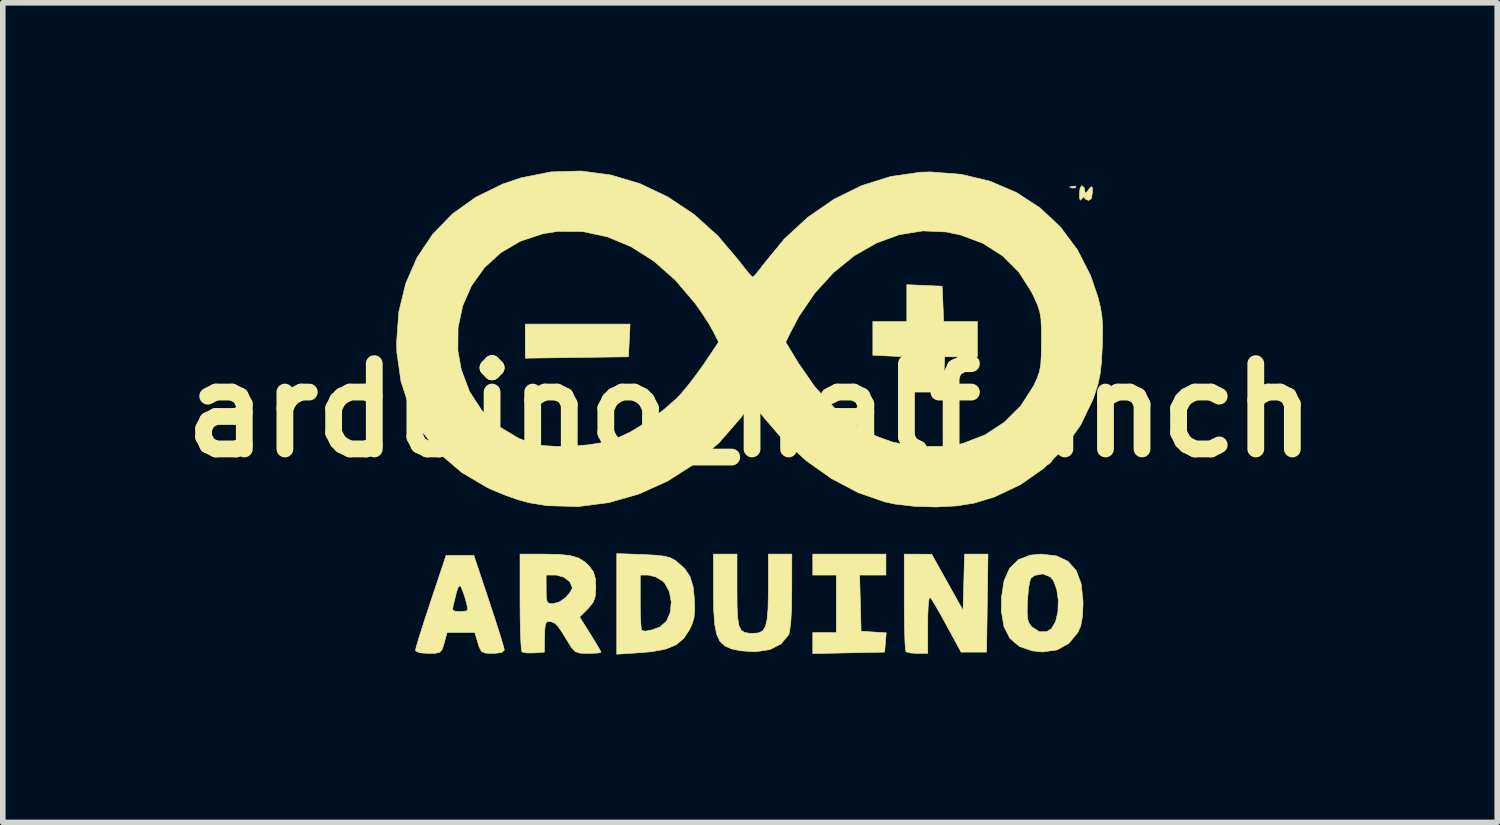
<source format=kicad_pcb>
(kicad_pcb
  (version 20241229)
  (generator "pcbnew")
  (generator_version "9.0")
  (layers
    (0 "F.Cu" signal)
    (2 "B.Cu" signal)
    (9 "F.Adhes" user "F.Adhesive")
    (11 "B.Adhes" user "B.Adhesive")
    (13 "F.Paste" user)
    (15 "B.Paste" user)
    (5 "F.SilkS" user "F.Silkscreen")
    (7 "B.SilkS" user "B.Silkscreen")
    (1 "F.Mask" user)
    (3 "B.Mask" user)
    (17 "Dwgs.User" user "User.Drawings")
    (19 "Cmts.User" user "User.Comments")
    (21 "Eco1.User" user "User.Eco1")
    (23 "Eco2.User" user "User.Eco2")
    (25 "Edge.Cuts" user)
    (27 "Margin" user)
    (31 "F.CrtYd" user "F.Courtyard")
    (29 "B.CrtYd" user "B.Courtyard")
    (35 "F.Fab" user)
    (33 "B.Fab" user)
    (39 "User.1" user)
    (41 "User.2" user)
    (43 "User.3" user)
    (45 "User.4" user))
  (footprint "arduino_half_inch"
    (layer "F.Cu")
    (at 10.349 4.281)
    (property "Reference" "arduino_half_inch" (at 0 0 0) (layer "F.SilkS") (effects (font (size 1.524 1.524) (thickness 0.3))))
    (attr through_hole)
    (fp_poly (pts (xy -2.157 -1.249) (xy -2.171 -0.957) (xy -3.093 -0.945) (xy -4.015 -0.932) (xy -4.015 -1.541) (xy -2.143 -1.541) (xy -2.157 -1.249)) (stroke (width 0.01) (type solid)) (fill yes) (layer "F.SilkS"))
    (fp_poly (pts (xy 5.824 -3.997) (xy 5.81 -3.976) (xy 5.762 -3.972) (xy 5.713 -3.984) (xy 5.734 -4.001) (xy 5.807 -4.006) (xy 5.824 -3.997)) (stroke (width 0.01) (type solid)) (fill yes) (layer "F.SilkS"))
    (fp_poly (pts (xy 2.428 2.942) (xy 1.958 2.942) (xy 1.971 3.443) (xy 1.984 3.945) (xy 2.209 3.96) (xy 2.433 3.974) (xy 2.419 4.147) (xy 2.405 4.319) (xy 1.763 4.332) (xy 1.121 4.345) (xy 1.121 3.969) (xy 1.541 3.969) (xy 1.541 2.942) (xy 1.121 2.942) (xy 1.121 2.568) (xy 2.428 2.568) (xy 2.428 2.942)) (stroke (width 0.01) (type solid)) (fill yes) (layer "F.SilkS"))
    (fp_poly (pts (xy 3.117 -2.232) (xy 3.432 -2.218) (xy 3.446 -1.903) (xy 3.459 -1.587) (xy 4.062 -1.587) (xy 4.062 -1.272) (xy 4.062 -0.957) (xy 3.478 -0.957) (xy 3.465 -0.642) (xy 3.451 -0.327) (xy 2.806 -0.327) (xy 2.792 -0.642) (xy 2.778 -0.957) (xy 2.194 -0.985) (xy 2.194 -1.587) (xy 2.801 -1.587) (xy 2.801 -2.245) (xy 3.117 -2.232)) (stroke (width 0.01) (type solid)) (fill yes) (layer "F.SilkS"))
    (fp_poly (pts (xy 5.97 -3.977) (xy 5.978 -3.934) (xy 5.985 -3.881) (xy 6.017 -3.903) (xy 6.048 -3.943) (xy 6.096 -3.998) (xy 6.114 -3.981) (xy 6.117 -3.892) (xy 6.096 -3.78) (xy 6.047 -3.751) (xy 5.984 -3.778) (xy 5.976 -3.801) (xy 5.956 -3.813) (xy 5.93 -3.782) (xy 5.899 -3.755) (xy 5.885 -3.807) (xy 5.884 -3.864) (xy 5.896 -3.967) (xy 5.926 -4.015) (xy 5.93 -4.015) (xy 5.97 -3.977)) (stroke (width 0.01) (type solid)) (fill yes) (layer "F.SilkS"))
    (fp_poly (pts (xy 4.226 4.319) (xy 3.771 4.319) (xy 3.517 3.852) (xy 3.412 3.661) (xy 3.32 3.5) (xy 3.251 3.386) (xy 3.219 3.341) (xy 3.199 3.363) (xy 3.184 3.472) (xy 3.176 3.661) (xy 3.175 3.819) (xy 3.175 4.342) (xy 2.996 4.342) (xy 2.873 4.335) (xy 2.794 4.316) (xy 2.786 4.311) (xy 2.776 4.257) (xy 2.767 4.124) (xy 2.761 3.929) (xy 2.756 3.686) (xy 2.755 3.424) (xy 2.755 2.568) (xy 3 2.569) (xy 3.245 2.57) (xy 3.805 3.572) (xy 3.819 3.07) (xy 3.832 2.568) (xy 4.251 2.568) (xy 4.226 4.319)) (stroke (width 0.01) (type solid)) (fill yes) (layer "F.SilkS"))
    (fp_poly (pts (xy -0.233 3.216) (xy -0.231 3.5) (xy -0.221 3.705) (xy -0.199 3.842) (xy -0.159 3.925) (xy -0.096 3.968) (xy -0.006 3.983) (xy 0.056 3.984) (xy 0.155 3.975) (xy 0.228 3.938) (xy 0.276 3.86) (xy 0.306 3.73) (xy 0.322 3.535) (xy 0.327 3.262) (xy 0.327 3.189) (xy 0.327 2.568) (xy 0.747 2.568) (xy 0.746 3.233) (xy 0.741 3.561) (xy 0.727 3.805) (xy 0.704 3.963) (xy 0.688 4.011) (xy 0.555 4.171) (xy 0.356 4.273) (xy 0.101 4.313) (xy -0.163 4.296) (xy -0.327 4.262) (xy -0.449 4.21) (xy -0.537 4.127) (xy -0.596 4.001) (xy -0.632 3.819) (xy -0.649 3.57) (xy -0.654 3.241) (xy -0.654 3.215) (xy -0.654 2.568) (xy -0.233 2.568) (xy -0.233 3.216)) (stroke (width 0.01) (type solid)) (fill yes) (layer "F.SilkS"))
    (fp_poly (pts (xy -1.918 2.575) (xy -1.688 2.587) (xy -1.53 2.605) (xy -1.421 2.634) (xy -1.339 2.678) (xy -1.325 2.688) (xy -1.169 2.825) (xy -1.071 2.971) (xy -1.016 3.156) (xy -0.994 3.37) (xy -0.988 3.567) (xy -1.001 3.708) (xy -1.039 3.829) (xy -1.082 3.919) (xy -1.186 4.076) (xy -1.32 4.188) (xy -1.501 4.263) (xy -1.745 4.31) (xy -1.958 4.329) (xy -2.381 4.356) (xy -2.381 2.942) (xy -1.961 2.942) (xy -1.961 3.424) (xy -1.959 3.627) (xy -1.952 3.793) (xy -1.943 3.902) (xy -1.935 3.933) (xy -1.867 3.944) (xy -1.749 3.921) (xy -1.612 3.87) (xy -1.602 3.865) (xy -1.49 3.764) (xy -1.425 3.609) (xy -1.407 3.426) (xy -1.439 3.245) (xy -1.521 3.091) (xy -1.564 3.047) (xy -1.69 2.973) (xy -1.823 2.942) (xy -1.824 2.942) (xy -1.961 2.942) (xy -2.381 2.942) (xy -2.381 2.559) (xy -1.918 2.575)) (stroke (width 0.01) (type solid)) (fill yes) (layer "F.SilkS"))
    (fp_poly (pts (xy 5.475 2.6) (xy 5.681 2.697) (xy 5.828 2.863) (xy 5.916 3.099) (xy 5.948 3.409) (xy 5.949 3.46) (xy 5.938 3.688) (xy 5.908 3.851) (xy 5.856 3.969) (xy 5.694 4.164) (xy 5.483 4.28) (xy 5.226 4.316) (xy 5.043 4.297) (xy 4.812 4.218) (xy 4.644 4.075) (xy 4.537 3.865) (xy 4.492 3.597) (xy 4.951 3.597) (xy 4.958 3.719) (xy 4.982 3.799) (xy 5.028 3.861) (xy 5.038 3.871) (xy 5.171 3.955) (xy 5.302 3.953) (xy 5.388 3.897) (xy 5.461 3.77) (xy 5.501 3.59) (xy 5.507 3.388) (xy 5.479 3.195) (xy 5.42 3.04) (xy 5.368 2.977) (xy 5.231 2.921) (xy 5.088 2.948) (xy 5.02 2.996) (xy 4.996 3.06) (xy 4.974 3.192) (xy 4.959 3.366) (xy 4.956 3.406) (xy 4.951 3.597) (xy 4.492 3.597) (xy 4.49 3.586) (xy 4.492 3.342) (xy 4.539 3.042) (xy 4.639 2.819) (xy 4.794 2.668) (xy 5.008 2.586) (xy 5.206 2.568) (xy 5.475 2.6)) (stroke (width 0.01) (type solid)) (fill yes) (layer "F.SilkS"))
    (fp_poly (pts (xy -4.662 3.407) (xy -4.575 3.67) (xy -4.499 3.904) (xy -4.44 4.095) (xy -4.402 4.226) (xy -4.389 4.283) (xy -4.434 4.325) (xy -4.566 4.342) (xy -4.597 4.342) (xy -4.727 4.337) (xy -4.797 4.307) (xy -4.839 4.227) (xy -4.861 4.156) (xy -4.917 3.969) (xy -5.413 3.969) (xy -5.463 4.156) (xy -5.497 4.266) (xy -5.541 4.321) (xy -5.623 4.34) (xy -5.745 4.342) (xy -5.904 4.331) (xy -5.973 4.297) (xy -5.976 4.284) (xy -5.962 4.223) (xy -5.923 4.088) (xy -5.862 3.896) (xy -5.786 3.66) (xy -5.754 3.563) (xy -5.313 3.563) (xy -5.268 3.591) (xy -5.188 3.595) (xy -5.087 3.588) (xy -5.043 3.57) (xy -5.043 3.569) (xy -5.055 3.484) (xy -5.086 3.365) (xy -5.125 3.244) (xy -5.162 3.155) (xy -5.182 3.128) (xy -5.217 3.168) (xy -5.246 3.257) (xy -5.279 3.395) (xy -5.304 3.49) (xy -5.313 3.563) (xy -5.754 3.563) (xy -5.703 3.408) (xy -5.43 2.591) (xy -4.934 2.591) (xy -4.662 3.407)) (stroke (width 0.01) (type solid)) (fill yes) (layer "F.SilkS"))
    (fp_poly (pts (xy -3.402 2.574) (xy -3.208 2.595) (xy -3.065 2.637) (xy -2.952 2.706) (xy -2.87 2.784) (xy -2.796 2.887) (xy -2.762 3.009) (xy -2.755 3.155) (xy -2.763 3.314) (xy -2.798 3.422) (xy -2.875 3.521) (xy -2.899 3.546) (xy -3.044 3.691) (xy -2.853 3.996) (xy -2.762 4.143) (xy -2.695 4.257) (xy -2.662 4.318) (xy -2.661 4.322) (xy -2.703 4.333) (xy -2.811 4.341) (xy -2.896 4.342) (xy -3.035 4.338) (xy -3.12 4.311) (xy -3.187 4.242) (xy -3.258 4.128) (xy -3.359 3.962) (xy -3.429 3.86) (xy -3.485 3.805) (xy -3.54 3.78) (xy -3.572 3.774) (xy -3.624 3.774) (xy -3.653 3.812) (xy -3.666 3.906) (xy -3.67 4.039) (xy -3.674 4.319) (xy -3.858 4.333) (xy -3.984 4.334) (xy -4.066 4.319) (xy -4.075 4.313) (xy -4.086 4.258) (xy -4.095 4.125) (xy -4.103 3.929) (xy -4.107 3.686) (xy -4.109 3.424) (xy -4.109 2.942) (xy -3.642 2.942) (xy -3.642 3.198) (xy -3.639 3.345) (xy -3.623 3.422) (xy -3.584 3.451) (xy -3.523 3.455) (xy -3.408 3.423) (xy -3.294 3.345) (xy -3.29 3.341) (xy -3.212 3.248) (xy -3.175 3.174) (xy -3.175 3.169) (xy -3.217 3.065) (xy -3.322 2.982) (xy -3.462 2.942) (xy -3.486 2.942) (xy -3.642 2.942) (xy -4.109 2.942) (xy -4.109 2.568) (xy -3.668 2.568) (xy -3.402 2.574)) (stroke (width 0.01) (type solid)) (fill yes) (layer "F.SilkS"))
    (fp_poly (pts (xy -2.487 -4.205) (xy -1.969 -4.051) (xy -1.472 -3.815) (xy -1.003 -3.503) (xy -0.572 -3.115) (xy -0.198 -2.673) (xy -0.092 -2.535) (xy -0.007 -2.432) (xy 0.043 -2.383) (xy 0.048 -2.381) (xy 0.089 -2.416) (xy 0.164 -2.507) (xy 0.236 -2.603) (xy 0.611 -3.061) (xy 1.036 -3.452) (xy 1.501 -3.772) (xy 1.996 -4.016) (xy 2.513 -4.178) (xy 3.041 -4.254) (xy 3.219 -4.26) (xy 3.772 -4.217) (xy 4.288 -4.094) (xy 4.759 -3.892) (xy 5.18 -3.618) (xy 5.546 -3.275) (xy 5.85 -2.868) (xy 6.087 -2.401) (xy 6.215 -2.024) (xy 6.261 -1.838) (xy 6.288 -1.668) (xy 6.299 -1.483) (xy 6.297 -1.25) (xy 6.292 -1.123) (xy 6.278 -0.858) (xy 6.255 -0.653) (xy 6.218 -0.476) (xy 6.16 -0.292) (xy 6.126 -0.196) (xy 5.905 0.265) (xy 5.61 0.678) (xy 5.248 1.035) (xy 4.831 1.327) (xy 4.366 1.547) (xy 4.004 1.657) (xy 3.689 1.707) (xy 3.323 1.726) (xy 2.945 1.715) (xy 2.592 1.674) (xy 2.411 1.636) (xy 1.933 1.47) (xy 1.459 1.221) (xy 1.005 0.9) (xy 0.585 0.519) (xy 0.252 0.134) (xy 0.04 -0.141) (xy -0.167 0.135) (xy -0.554 0.58) (xy -0.993 0.957) (xy -1.474 1.264) (xy -1.987 1.495) (xy -2.522 1.648) (xy -3.07 1.719) (xy -3.622 1.703) (xy -3.945 1.651) (xy -4.137 1.598) (xy -4.372 1.516) (xy -4.61 1.418) (xy -4.703 1.374) (xy -5.153 1.108) (xy -5.534 0.781) (xy -5.844 0.397) (xy -6.079 -0.037) (xy -6.235 -0.516) (xy -6.309 -1.033) (xy -6.31 -1.066) (xy -5.219 -1.066) (xy -5.159 -0.729) (xy -5.011 -0.335) (xy -4.79 0.003) (xy -4.498 0.281) (xy -4.139 0.496) (xy -3.899 0.591) (xy -3.712 0.628) (xy -3.464 0.644) (xy -3.183 0.64) (xy -2.897 0.617) (xy -2.635 0.576) (xy -2.426 0.521) (xy -2.414 0.516) (xy -2.139 0.387) (xy -1.843 0.208) (xy -1.558 0.002) (xy -1.316 -0.208) (xy -1.241 -0.286) (xy -1.11 -0.443) (xy -0.959 -0.64) (xy -0.816 -0.839) (xy -0.794 -0.872) (xy -0.563 -1.218) (xy 0.638 -1.218) (xy 0.868 -0.837) (xy 1.162 -0.416) (xy 1.499 -0.053) (xy 1.868 0.243) (xy 2.257 0.462) (xy 2.536 0.564) (xy 2.809 0.619) (xy 3.124 0.645) (xy 3.441 0.642) (xy 3.723 0.609) (xy 3.805 0.59) (xy 4.195 0.44) (xy 4.543 0.212) (xy 4.837 -0.081) (xy 5.061 -0.429) (xy 5.069 -0.444) (xy 5.13 -0.576) (xy 5.17 -0.691) (xy 5.193 -0.815) (xy 5.203 -0.974) (xy 5.206 -1.196) (xy 5.206 -1.24) (xy 5.205 -1.469) (xy 5.197 -1.634) (xy 5.176 -1.761) (xy 5.138 -1.879) (xy 5.077 -2.017) (xy 5.03 -2.112) (xy 4.804 -2.468) (xy 4.512 -2.76) (xy 4.161 -2.984) (xy 3.755 -3.135) (xy 3.506 -3.187) (xy 3.085 -3.206) (xy 2.665 -3.138) (xy 2.254 -2.987) (xy 1.86 -2.761) (xy 1.493 -2.463) (xy 1.161 -2.1) (xy 0.872 -1.676) (xy 0.72 -1.388) (xy 0.638 -1.218) (xy -0.563 -1.218) (xy -0.561 -1.22) (xy -0.66 -1.415) (xy -0.737 -1.551) (xy -0.849 -1.724) (xy -0.972 -1.9) (xy -0.983 -1.914) (xy -1.334 -2.327) (xy -1.717 -2.665) (xy -2.125 -2.924) (xy -2.551 -3.101) (xy -2.989 -3.194) (xy -3.43 -3.198) (xy -3.702 -3.155) (xy -4.103 -3.022) (xy -4.452 -2.817) (xy -4.744 -2.55) (xy -4.973 -2.231) (xy -5.132 -1.871) (xy -5.216 -1.479) (xy -5.219 -1.066) (xy -6.31 -1.066) (xy -6.314 -1.214) (xy -6.274 -1.761) (xy -6.15 -2.269) (xy -5.947 -2.732) (xy -5.669 -3.147) (xy -5.319 -3.507) (xy -4.901 -3.807) (xy -4.421 -4.042) (xy -4.09 -4.154) (xy -3.556 -4.26) (xy -3.019 -4.276) (xy -2.487 -4.205)) (stroke (width 0.01) (type solid)) (fill yes) (layer "F.SilkS")))
  (gr_rect
    (start -3 -3)
    (end 23.697 11.642)
    (stroke (width 0.1) (type default))
    (fill no)
    (layer "Edge.Cuts")))
</source>
